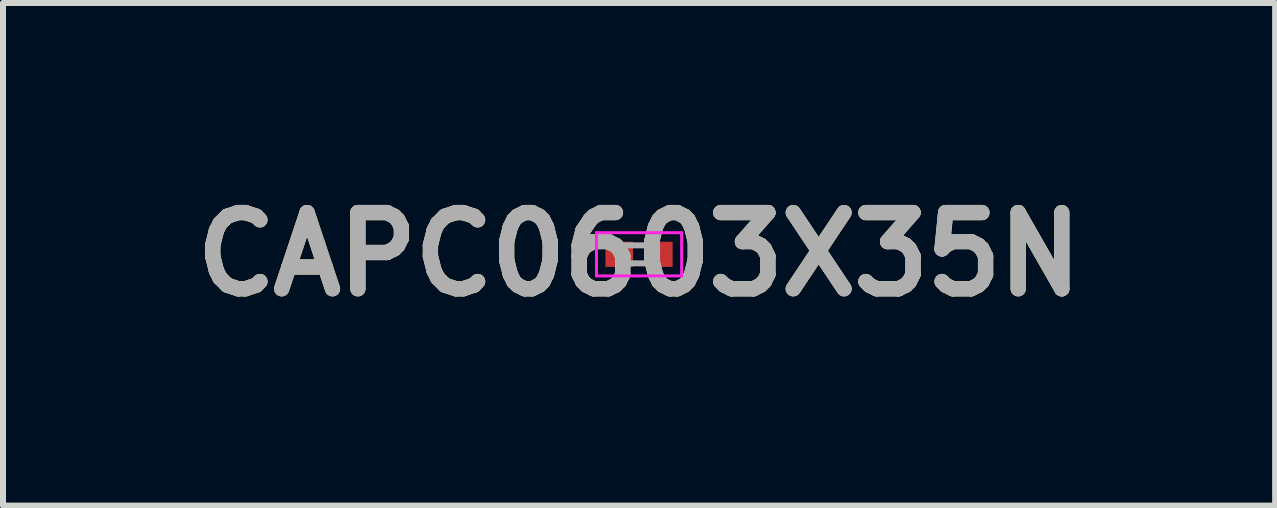
<source format=kicad_pcb>
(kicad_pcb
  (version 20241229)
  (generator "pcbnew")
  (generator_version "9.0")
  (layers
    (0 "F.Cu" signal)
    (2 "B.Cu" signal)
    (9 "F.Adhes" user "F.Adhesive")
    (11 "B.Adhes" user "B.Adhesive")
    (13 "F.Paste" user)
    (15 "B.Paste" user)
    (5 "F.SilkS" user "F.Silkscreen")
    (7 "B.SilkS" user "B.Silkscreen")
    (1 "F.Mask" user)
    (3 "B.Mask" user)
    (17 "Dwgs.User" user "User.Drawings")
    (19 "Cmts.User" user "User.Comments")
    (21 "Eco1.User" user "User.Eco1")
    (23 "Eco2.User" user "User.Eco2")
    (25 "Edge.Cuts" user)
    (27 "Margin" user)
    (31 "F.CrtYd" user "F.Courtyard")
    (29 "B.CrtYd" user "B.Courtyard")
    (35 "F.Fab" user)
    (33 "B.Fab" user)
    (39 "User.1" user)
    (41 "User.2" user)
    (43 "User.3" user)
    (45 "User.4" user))
  (footprint "CAPC0603X35N"
    (layer "F.Cu")
    (at 7.602 1.189)
    (property "Reference" "CAPC0603X35N" (at 0 0 0) (layer "F.SilkS") (effects (font (size 1.27 1.27) (thickness 0.254))))
    (attr smd)
    (fp_line (start -0.71 -0.36) (end 0.71 -0.36) (stroke (width 0.05) (type solid)) (layer "F.CrtYd"))
    (fp_line (start -0.71 0.36) (end -0.71 -0.36) (stroke (width 0.05) (type solid)) (layer "F.CrtYd"))
    (fp_line (start 0.71 -0.36) (end 0.71 0.36) (stroke (width 0.05) (type solid)) (layer "F.CrtYd"))
    (fp_line (start 0.71 0.36) (end -0.71 0.36) (stroke (width 0.05) (type solid)) (layer "F.CrtYd"))
    (fp_line (start -0.3 -0.15) (end 0.3 -0.15) (stroke (width 0.1) (type solid)) (layer "F.Fab"))
    (fp_line (start -0.3 0.15) (end -0.3 -0.15) (stroke (width 0.1) (type solid)) (layer "F.Fab"))
    (fp_line (start 0.3 -0.15) (end 0.3 0.15) (stroke (width 0.1) (type solid)) (layer "F.Fab"))
    (fp_line (start 0.3 0.15) (end -0.3 0.15) (stroke (width 0.1) (type solid)) (layer "F.Fab"))
    (fp_text user "${REFERENCE}" (at 0 0 0) (layer "F.Fab") (effects (font (size 1.27 1.27) (thickness 0.254))))
    (pad "1" smd rect (at -0.33 0 90) (size 0.42 0.46) (layers "F.Cu" "F.Mask" "F.Paste"))
    (pad "2" smd rect (at 0.33 0 90) (size 0.42 0.46) (layers "F.Cu" "F.Mask" "F.Paste")))
  (gr_rect
    (start -3 -3)
    (end 18.204 5.377)
    (stroke (width 0.1) (type default))
    (fill no)
    (layer "Edge.Cuts")))
</source>
